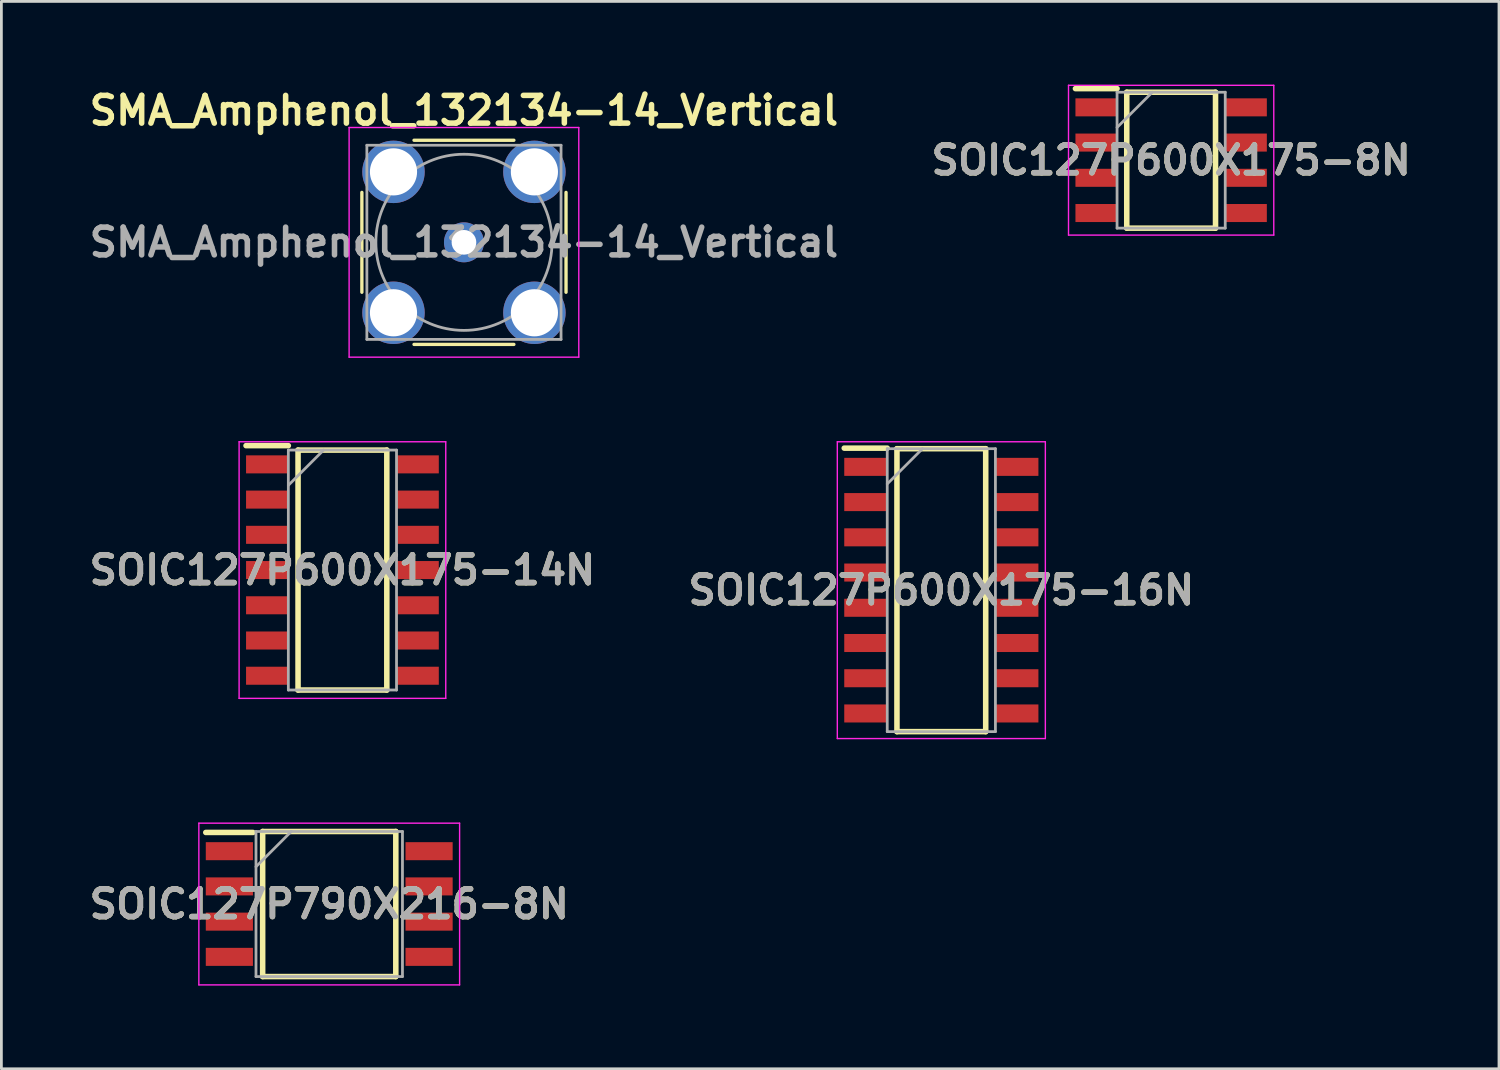
<source format=kicad_pcb>
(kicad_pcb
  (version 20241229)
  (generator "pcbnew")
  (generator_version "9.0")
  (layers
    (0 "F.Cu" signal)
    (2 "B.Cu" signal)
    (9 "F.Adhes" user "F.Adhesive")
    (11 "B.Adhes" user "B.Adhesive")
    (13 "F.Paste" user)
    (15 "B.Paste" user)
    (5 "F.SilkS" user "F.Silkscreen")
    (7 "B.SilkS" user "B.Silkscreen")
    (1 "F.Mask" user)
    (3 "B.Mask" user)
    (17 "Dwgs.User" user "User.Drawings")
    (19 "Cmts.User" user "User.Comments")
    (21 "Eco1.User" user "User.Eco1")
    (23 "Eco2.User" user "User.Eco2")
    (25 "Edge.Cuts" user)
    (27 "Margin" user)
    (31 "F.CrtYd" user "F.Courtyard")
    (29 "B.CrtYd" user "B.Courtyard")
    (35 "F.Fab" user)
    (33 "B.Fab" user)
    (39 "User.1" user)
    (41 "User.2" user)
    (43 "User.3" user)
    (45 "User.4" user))
  (footprint "SOIC127P600X175-16N"
    (layer "F.Cu")
    (at 30.886 18.226)
    (property "Reference" "SOIC127P600X175-16N" (at 0 0 0) (layer "F.SilkS") (effects (font (size 1 1) (thickness 0.2))))
    (attr smd)
    (fp_line (start -3.5 -5.12) (end -1.95 -5.12) (stroke (width 0.2) (type solid)) (layer "F.SilkS"))
    (fp_line (start -1.6 -5.1) (end 1.6 -5.1) (stroke (width 0.2) (type solid)) (layer "F.SilkS"))
    (fp_line (start -1.6 5.1) (end -1.6 -5.1) (stroke (width 0.2) (type solid)) (layer "F.SilkS"))
    (fp_line (start 1.6 -5.1) (end 1.6 5.1) (stroke (width 0.2) (type solid)) (layer "F.SilkS"))
    (fp_line (start 1.6 5.1) (end -1.6 5.1) (stroke (width 0.2) (type solid)) (layer "F.SilkS"))
    (fp_line (start -3.75 -5.35) (end 3.75 -5.35) (stroke (width 0.05) (type solid)) (layer "F.CrtYd"))
    (fp_line (start -3.75 5.35) (end -3.75 -5.35) (stroke (width 0.05) (type solid)) (layer "F.CrtYd"))
    (fp_line (start 3.75 -5.35) (end 3.75 5.35) (stroke (width 0.05) (type solid)) (layer "F.CrtYd"))
    (fp_line (start 3.75 5.35) (end -3.75 5.35) (stroke (width 0.05) (type solid)) (layer "F.CrtYd"))
    (fp_line (start -1.95 -5.1) (end 1.95 -5.1) (stroke (width 0.1) (type solid)) (layer "F.Fab"))
    (fp_line (start -1.95 -3.83) (end -0.68 -5.1) (stroke (width 0.1) (type solid)) (layer "F.Fab"))
    (fp_line (start -1.95 5.1) (end -1.95 -5.1) (stroke (width 0.1) (type solid)) (layer "F.Fab"))
    (fp_line (start 1.95 -5.1) (end 1.95 5.1) (stroke (width 0.1) (type solid)) (layer "F.Fab"))
    (fp_line (start 1.95 5.1) (end -1.95 5.1) (stroke (width 0.1) (type solid)) (layer "F.Fab"))
    (fp_text user "${REFERENCE}" (at 0 0 0) (layer "F.Fab") (effects (font (size 1 1) (thickness 0.2))))
    (pad "1" smd rect (at -2.725 -4.445 90) (size 0.65 1.55) (layers "F.Cu" "F.Mask" "F.Paste"))
    (pad "2" smd rect (at -2.725 -3.175 90) (size 0.65 1.55) (layers "F.Cu" "F.Mask" "F.Paste"))
    (pad "3" smd rect (at -2.725 -1.905 90) (size 0.65 1.55) (layers "F.Cu" "F.Mask" "F.Paste"))
    (pad "4" smd rect (at -2.725 -0.635 90) (size 0.65 1.55) (layers "F.Cu" "F.Mask" "F.Paste"))
    (pad "5" smd rect (at -2.725 0.635 90) (size 0.65 1.55) (layers "F.Cu" "F.Mask" "F.Paste"))
    (pad "6" smd rect (at -2.725 1.905 90) (size 0.65 1.55) (layers "F.Cu" "F.Mask" "F.Paste"))
    (pad "7" smd rect (at -2.725 3.175 90) (size 0.65 1.55) (layers "F.Cu" "F.Mask" "F.Paste"))
    (pad "8" smd rect (at -2.725 4.445 90) (size 0.65 1.55) (layers "F.Cu" "F.Mask" "F.Paste"))
    (pad "9" smd rect (at 2.725 4.445 90) (size 0.65 1.55) (layers "F.Cu" "F.Mask" "F.Paste"))
    (pad "10" smd rect (at 2.725 3.175 90) (size 0.65 1.55) (layers "F.Cu" "F.Mask" "F.Paste"))
    (pad "11" smd rect (at 2.725 1.905 90) (size 0.65 1.55) (layers "F.Cu" "F.Mask" "F.Paste"))
    (pad "12" smd rect (at 2.725 0.635 90) (size 0.65 1.55) (layers "F.Cu" "F.Mask" "F.Paste"))
    (pad "13" smd rect (at 2.725 -0.635 90) (size 0.65 1.55) (layers "F.Cu" "F.Mask" "F.Paste"))
    (pad "14" smd rect (at 2.725 -1.905 90) (size 0.65 1.55) (layers "F.Cu" "F.Mask" "F.Paste"))
    (pad "15" smd rect (at 2.725 -3.175 90) (size 0.65 1.55) (layers "F.Cu" "F.Mask" "F.Paste"))
    (pad "16" smd rect (at 2.725 -4.445 90) (size 0.65 1.55) (layers "F.Cu" "F.Mask" "F.Paste")))
  (footprint "SOIC127P600X175-8N"
    (layer "F.Cu")
    (at 39.171 2.725)
    (property "Reference" "SOIC127P600X175-8N" (at 0 0 0) (layer "F.SilkS") (effects (font (size 1 1) (thickness 0.2))))
    (attr smd)
    (fp_line (start -3.45 -2.58) (end -1.95 -2.58) (stroke (width 0.2) (type solid)) (layer "F.SilkS"))
    (fp_line (start -1.6 -2.45) (end 1.6 -2.45) (stroke (width 0.2) (type solid)) (layer "F.SilkS"))
    (fp_line (start -1.6 2.45) (end -1.6 -2.45) (stroke (width 0.2) (type solid)) (layer "F.SilkS"))
    (fp_line (start 1.6 -2.45) (end 1.6 2.45) (stroke (width 0.2) (type solid)) (layer "F.SilkS"))
    (fp_line (start 1.6 2.45) (end -1.6 2.45) (stroke (width 0.2) (type solid)) (layer "F.SilkS"))
    (fp_line (start -3.7 -2.7) (end 3.7 -2.7) (stroke (width 0.05) (type solid)) (layer "F.CrtYd"))
    (fp_line (start -3.7 2.7) (end -3.7 -2.7) (stroke (width 0.05) (type solid)) (layer "F.CrtYd"))
    (fp_line (start 3.7 -2.7) (end 3.7 2.7) (stroke (width 0.05) (type solid)) (layer "F.CrtYd"))
    (fp_line (start 3.7 2.7) (end -3.7 2.7) (stroke (width 0.05) (type solid)) (layer "F.CrtYd"))
    (fp_line (start -1.95 -2.45) (end 1.95 -2.45) (stroke (width 0.1) (type solid)) (layer "F.Fab"))
    (fp_line (start -1.95 -1.18) (end -0.68 -2.45) (stroke (width 0.1) (type solid)) (layer "F.Fab"))
    (fp_line (start -1.95 2.45) (end -1.95 -2.45) (stroke (width 0.1) (type solid)) (layer "F.Fab"))
    (fp_line (start 1.95 -2.45) (end 1.95 2.45) (stroke (width 0.1) (type solid)) (layer "F.Fab"))
    (fp_line (start 1.95 2.45) (end -1.95 2.45) (stroke (width 0.1) (type solid)) (layer "F.Fab"))
    (fp_text user "${REFERENCE}" (at 0 0 0) (layer "F.Fab") (effects (font (size 1 1) (thickness 0.2))))
    (pad "1" smd rect (at -2.7 -1.905 90) (size 0.65 1.5) (layers "F.Cu" "F.Mask" "F.Paste"))
    (pad "2" smd rect (at -2.7 -0.635 90) (size 0.65 1.5) (layers "F.Cu" "F.Mask" "F.Paste"))
    (pad "3" smd rect (at -2.7 0.635 90) (size 0.65 1.5) (layers "F.Cu" "F.Mask" "F.Paste"))
    (pad "4" smd rect (at -2.7 1.905 90) (size 0.65 1.5) (layers "F.Cu" "F.Mask" "F.Paste"))
    (pad "5" smd rect (at 2.7 1.905 90) (size 0.65 1.5) (layers "F.Cu" "F.Mask" "F.Paste"))
    (pad "6" smd rect (at 2.7 0.635 90) (size 0.65 1.5) (layers "F.Cu" "F.Mask" "F.Paste"))
    (pad "7" smd rect (at 2.7 -0.635 90) (size 0.65 1.5) (layers "F.Cu" "F.Mask" "F.Paste"))
    (pad "8" smd rect (at 2.7 -1.905 90) (size 0.65 1.5) (layers "F.Cu" "F.Mask" "F.Paste")))
  (footprint "SOIC127P790X216-8N"
    (layer "F.Cu")
    (at 8.819 29.541)
    (property "Reference" "SOIC127P790X216-8N" (at 0 0 0) (layer "F.SilkS") (effects (font (size 1 1) (thickness 0.2))))
    (attr smd)
    (fp_line (start -4.45 -2.58) (end -2.75 -2.58) (stroke (width 0.2) (type solid)) (layer "F.SilkS"))
    (fp_line (start -2.4 -2.615) (end 2.4 -2.615) (stroke (width 0.2) (type solid)) (layer "F.SilkS"))
    (fp_line (start -2.4 2.615) (end -2.4 -2.615) (stroke (width 0.2) (type solid)) (layer "F.SilkS"))
    (fp_line (start 2.4 -2.615) (end 2.4 2.615) (stroke (width 0.2) (type solid)) (layer "F.SilkS"))
    (fp_line (start 2.4 2.615) (end -2.4 2.615) (stroke (width 0.2) (type solid)) (layer "F.SilkS"))
    (fp_line (start -4.7 -2.915) (end 4.7 -2.915) (stroke (width 0.05) (type solid)) (layer "F.CrtYd"))
    (fp_line (start -4.7 2.915) (end -4.7 -2.915) (stroke (width 0.05) (type solid)) (layer "F.CrtYd"))
    (fp_line (start 4.7 -2.915) (end 4.7 2.915) (stroke (width 0.05) (type solid)) (layer "F.CrtYd"))
    (fp_line (start 4.7 2.915) (end -4.7 2.915) (stroke (width 0.05) (type solid)) (layer "F.CrtYd"))
    (fp_line (start -2.64 -2.615) (end 2.64 -2.615) (stroke (width 0.1) (type solid)) (layer "F.Fab"))
    (fp_line (start -2.64 -1.345) (end -1.37 -2.615) (stroke (width 0.1) (type solid)) (layer "F.Fab"))
    (fp_line (start -2.64 2.615) (end -2.64 -2.615) (stroke (width 0.1) (type solid)) (layer "F.Fab"))
    (fp_line (start 2.64 -2.615) (end 2.64 2.615) (stroke (width 0.1) (type solid)) (layer "F.Fab"))
    (fp_line (start 2.64 2.615) (end -2.64 2.615) (stroke (width 0.1) (type solid)) (layer "F.Fab"))
    (fp_text user "${REFERENCE}" (at 0 0 0) (layer "F.Fab") (effects (font (size 1 1) (thickness 0.2))))
    (pad "1" smd rect (at -3.6 -1.905 90) (size 0.65 1.7) (layers "F.Cu" "F.Mask" "F.Paste"))
    (pad "2" smd rect (at -3.6 -0.635 90) (size 0.65 1.7) (layers "F.Cu" "F.Mask" "F.Paste"))
    (pad "3" smd rect (at -3.6 0.635 90) (size 0.65 1.7) (layers "F.Cu" "F.Mask" "F.Paste"))
    (pad "4" smd rect (at -3.6 1.905 90) (size 0.65 1.7) (layers "F.Cu" "F.Mask" "F.Paste"))
    (pad "5" smd rect (at 3.6 1.905 90) (size 0.65 1.7) (layers "F.Cu" "F.Mask" "F.Paste"))
    (pad "6" smd rect (at 3.6 0.635 90) (size 0.65 1.7) (layers "F.Cu" "F.Mask" "F.Paste"))
    (pad "7" smd rect (at 3.6 -0.635 90) (size 0.65 1.7) (layers "F.Cu" "F.Mask" "F.Paste"))
    (pad "8" smd rect (at 3.6 -1.905 90) (size 0.65 1.7) (layers "F.Cu" "F.Mask" "F.Paste")))
  (footprint "SMA_Amphenol_132134-14_Vertical"
    (layer "F.Cu")
    (at 13.676 5.686)
    (property "Reference" "SMA_Amphenol_132134-14_Vertical" (at 0 -4.75 0) (layer "F.SilkS") (effects (font (size 1 1) (thickness 0.2))))
    (attr through_hole)
    (fp_line (start -3.68 -1.8) (end -3.68 1.8) (stroke (width 0.12) (type solid)) (layer "F.SilkS"))
    (fp_line (start -1.8 -3.68) (end 1.8 -3.68) (stroke (width 0.12) (type solid)) (layer "F.SilkS"))
    (fp_line (start -1.8 3.68) (end 1.8 3.68) (stroke (width 0.12) (type solid)) (layer "F.SilkS"))
    (fp_line (start 3.68 -1.8) (end 3.68 1.8) (stroke (width 0.12) (type solid)) (layer "F.SilkS"))
    (fp_line (start -4.14 -4.14) (end -4.14 4.14) (stroke (width 0.05) (type solid)) (layer "F.CrtYd"))
    (fp_line (start -4.14 -4.14) (end 4.14 -4.14) (stroke (width 0.05) (type solid)) (layer "F.CrtYd"))
    (fp_line (start 4.14 4.14) (end -4.14 4.14) (stroke (width 0.05) (type solid)) (layer "F.CrtYd"))
    (fp_line (start 4.14 4.14) (end 4.14 -4.14) (stroke (width 0.05) (type solid)) (layer "F.CrtYd"))
    (fp_line (start -3.5 -3.5) (end -3.5 3.5) (stroke (width 0.1) (type solid)) (layer "F.Fab"))
    (fp_line (start -3.5 -3.5) (end 3.5 -3.5) (stroke (width 0.1) (type solid)) (layer "F.Fab"))
    (fp_line (start -3.5 3.5) (end 3.5 3.5) (stroke (width 0.1) (type solid)) (layer "F.Fab"))
    (fp_line (start 3.5 -3.5) (end 3.5 3.5) (stroke (width 0.1) (type solid)) (layer "F.Fab"))
    (fp_circle (center 0 0) (end 3.175 0) (stroke (width 0.1) (type solid)) (fill no) (layer "F.Fab"))
    (fp_text user "${REFERENCE}" (at 0 0 0) (layer "F.Fab") (effects (font (size 1 1) (thickness 0.2))))
    (pad "1" thru_hole circle (at 0 0) (size 1.44 1.44) (drill 0.89) (layers "*.Cu" "*.Mask"))
    (pad "2" thru_hole circle (at -2.54 -2.54) (size 2.25 2.25) (drill 1.7) (layers "*.Cu" "*.Mask"))
    (pad "2" thru_hole circle (at -2.54 2.54) (size 2.25 2.25) (drill 1.7) (layers "*.Cu" "*.Mask"))
    (pad "2" thru_hole circle (at 2.54 -2.54) (size 2.25 2.25) (drill 1.7) (layers "*.Cu" "*.Mask"))
    (pad "2" thru_hole circle (at 2.54 2.54) (size 2.25 2.25) (drill 1.7) (layers "*.Cu" "*.Mask")))
  (footprint "SOIC127P600X175-14N"
    (layer "F.Cu")
    (at 9.295 17.501)
    (property "Reference" "SOIC127P600X175-14N" (at 0 0 0) (layer "F.SilkS") (effects (font (size 1 1) (thickness 0.2))))
    (attr smd)
    (fp_line (start -3.475 -4.485) (end -1.95 -4.485) (stroke (width 0.2) (type solid)) (layer "F.SilkS"))
    (fp_line (start -1.6 -4.325) (end 1.6 -4.325) (stroke (width 0.2) (type solid)) (layer "F.SilkS"))
    (fp_line (start -1.6 4.325) (end -1.6 -4.325) (stroke (width 0.2) (type solid)) (layer "F.SilkS"))
    (fp_line (start 1.6 -4.325) (end 1.6 4.325) (stroke (width 0.2) (type solid)) (layer "F.SilkS"))
    (fp_line (start 1.6 4.325) (end -1.6 4.325) (stroke (width 0.2) (type solid)) (layer "F.SilkS"))
    (fp_line (start -3.725 -4.625) (end 3.725 -4.625) (stroke (width 0.05) (type solid)) (layer "F.CrtYd"))
    (fp_line (start -3.725 4.625) (end -3.725 -4.625) (stroke (width 0.05) (type solid)) (layer "F.CrtYd"))
    (fp_line (start 3.725 -4.625) (end 3.725 4.625) (stroke (width 0.05) (type solid)) (layer "F.CrtYd"))
    (fp_line (start 3.725 4.625) (end -3.725 4.625) (stroke (width 0.05) (type solid)) (layer "F.CrtYd"))
    (fp_line (start -1.95 -4.325) (end 1.95 -4.325) (stroke (width 0.1) (type solid)) (layer "F.Fab"))
    (fp_line (start -1.95 -3.055) (end -0.68 -4.325) (stroke (width 0.1) (type solid)) (layer "F.Fab"))
    (fp_line (start -1.95 4.325) (end -1.95 -4.325) (stroke (width 0.1) (type solid)) (layer "F.Fab"))
    (fp_line (start 1.95 -4.325) (end 1.95 4.325) (stroke (width 0.1) (type solid)) (layer "F.Fab"))
    (fp_line (start 1.95 4.325) (end -1.95 4.325) (stroke (width 0.1) (type solid)) (layer "F.Fab"))
    (fp_text user "${REFERENCE}" (at 0 0 0) (layer "F.Fab") (effects (font (size 1 1) (thickness 0.2))))
    (pad "1" smd rect (at -2.712 -3.81 90) (size 0.65 1.525) (layers "F.Cu" "F.Mask" "F.Paste"))
    (pad "2" smd rect (at -2.712 -2.54 90) (size 0.65 1.525) (layers "F.Cu" "F.Mask" "F.Paste"))
    (pad "3" smd rect (at -2.712 -1.27 90) (size 0.65 1.525) (layers "F.Cu" "F.Mask" "F.Paste"))
    (pad "4" smd rect (at -2.712 0 90) (size 0.65 1.525) (layers "F.Cu" "F.Mask" "F.Paste"))
    (pad "5" smd rect (at -2.712 1.27 90) (size 0.65 1.525) (layers "F.Cu" "F.Mask" "F.Paste"))
    (pad "6" smd rect (at -2.712 2.54 90) (size 0.65 1.525) (layers "F.Cu" "F.Mask" "F.Paste"))
    (pad "7" smd rect (at -2.712 3.81 90) (size 0.65 1.525) (layers "F.Cu" "F.Mask" "F.Paste"))
    (pad "8" smd rect (at 2.712 3.81 90) (size 0.65 1.525) (layers "F.Cu" "F.Mask" "F.Paste"))
    (pad "9" smd rect (at 2.712 2.54 90) (size 0.65 1.525) (layers "F.Cu" "F.Mask" "F.Paste"))
    (pad "10" smd rect (at 2.712 1.27 90) (size 0.65 1.525) (layers "F.Cu" "F.Mask" "F.Paste"))
    (pad "11" smd rect (at 2.712 0 90) (size 0.65 1.525) (layers "F.Cu" "F.Mask" "F.Paste"))
    (pad "12" smd rect (at 2.712 -1.27 90) (size 0.65 1.525) (layers "F.Cu" "F.Mask" "F.Paste"))
    (pad "13" smd rect (at 2.712 -2.54 90) (size 0.65 1.525) (layers "F.Cu" "F.Mask" "F.Paste"))
    (pad "14" smd rect (at 2.712 -3.81 90) (size 0.65 1.525) (layers "F.Cu" "F.Mask" "F.Paste")))
  (gr_rect
    (start -3 -3)
    (end 50.99 35.481)
    (stroke (width 0.1) (type default))
    (fill no)
    (layer "Edge.Cuts")))
</source>
